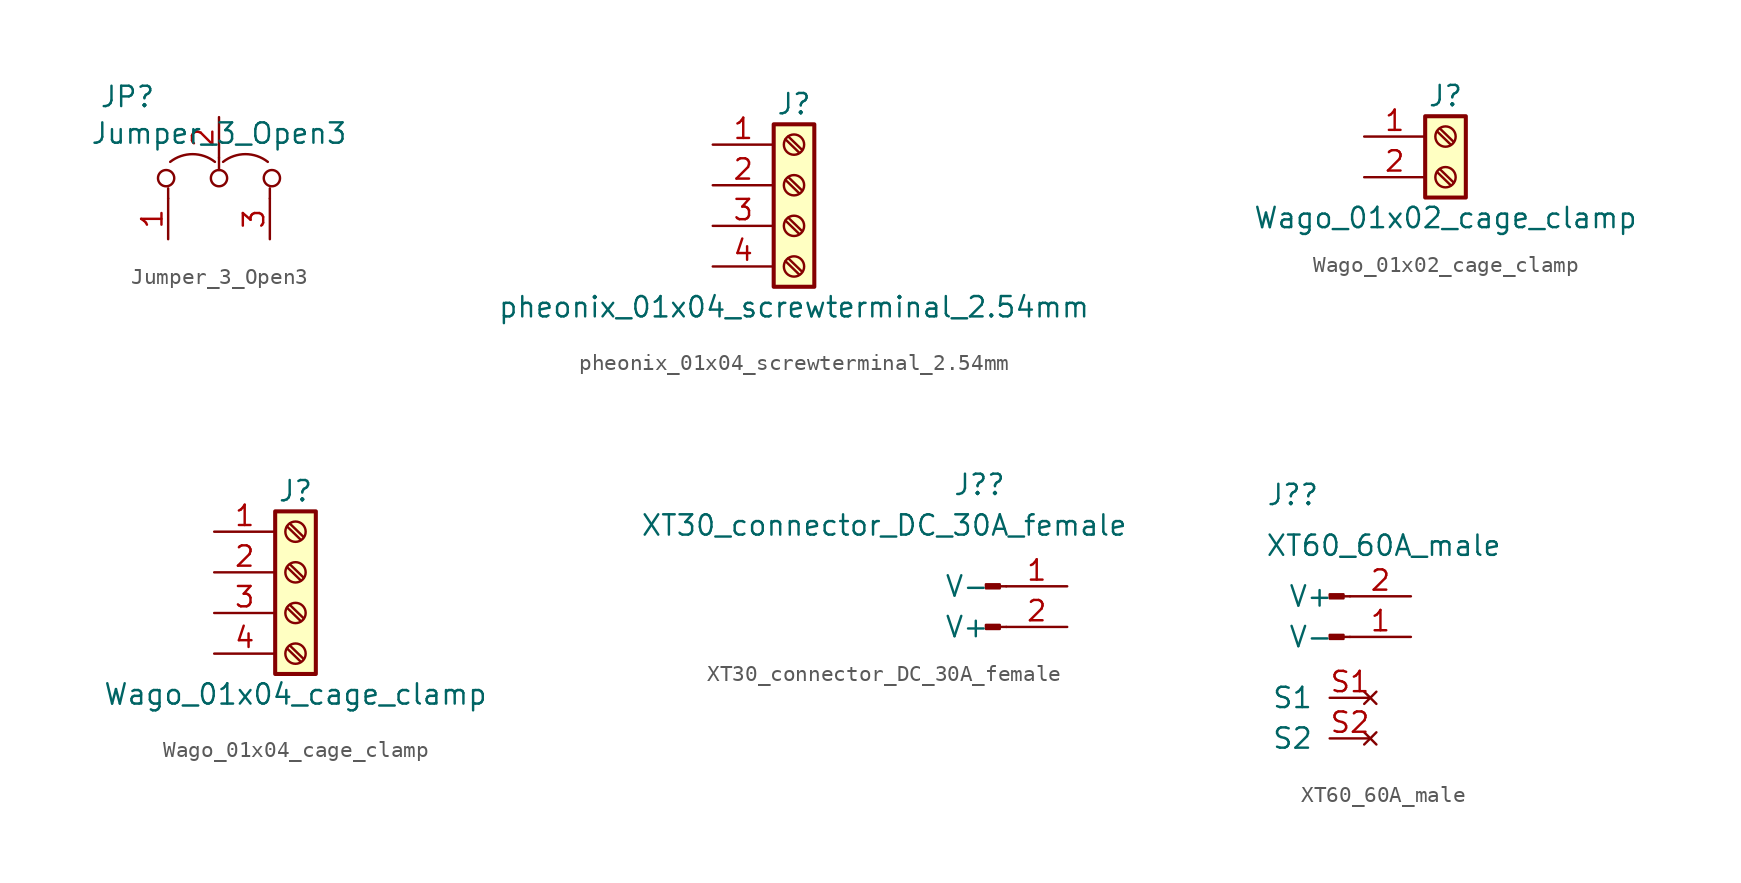
<source format=kicad_sym>
(kicad_symbol_lib
  (version 20211014)
  (generator kicad_symbol_editor)
  (symbol "Jumper_3_Open3"
    (pin_names
      (offset 0) hide)
    (property "Reference" "JP"
      (at -5.715 5.08 0)
      (effects (font (size 1.27 1.27))))
    (property "Value" "Jumper_3_Open3"
      (at 0 2.794 0)
      (effects (font (size 1.27 1.27))))
    (symbol "Jumper_3_Open3_0_0"
      (circle (center -3.302 0) (radius 0.508) (stroke (width 0) (type default) (color 0 0 0 0)) (fill (type none)))
      (circle (center 0 0) (radius 0.508) (stroke (width 0) (type default) (color 0 0 0 0)) (fill (type none)))
      (circle (center 3.302 0) (radius 0.508) (stroke (width 0) (type default) (color 0 0 0 0)) (fill (type none))))
    (symbol "Jumper_3_Open3_0_1"
      (arc (start -0.254 1.016) (mid -1.651 1.4992) (end -3.048 1.016) (stroke (width 0) (type default) (color 0 0 0 0)) (fill (type none)))
      (polyline (pts (xy -3.175 -1.27) (xy -3.175 -0.635)) (stroke (width 0) (type default) (color 0 0 0 0)) (fill (type none)))
      (polyline (pts (xy 0 1.27) (xy 0 0.508)) (stroke (width 0) (type default) (color 0 0 0 0)) (fill (type none)))
      (polyline (pts (xy 3.175 -1.27) (xy 3.175 -0.635)) (stroke (width 0) (type default) (color 0 0 0 0)) (fill (type none)))
      (arc (start 3.048 1.016) (mid 1.651 1.4992) (end 0.254 1.016) (stroke (width 0) (type default) (color 0 0 0 0)) (fill (type none))))
    (symbol "Jumper_3_Open3_1_1"
      (pin passive line (at -3.175 -3.81 90) (length 2.54) (name "A" (effects (font (size 1.27 1.27)))) (number "1" (effects (font (size 1.27 1.27)))))
      (pin input line (at 0 3.81 270) (length 2.54) (name "C" (effects (font (size 1.27 1.27)))) (number "2" (effects (font (size 1.27 1.27)))))
      (pin passive line (at 3.175 -3.81 90) (length 2.54) (name "B" (effects (font (size 1.27 1.27)))) (number "3" (effects (font (size 1.27 1.27)))))))
  (symbol "pheonix_01x04_screwterminal_2.54mm"
    (pin_names
      (offset 1.016) hide)
    (property "Reference" "J"
      (at 0 5.08 0)
      (effects (font (size 1.27 1.27))))
    (property "Value" "pheonix_01x04_screwterminal_2.54mm"
      (at 0 -7.62 0)
      (effects (font (size 1.27 1.27))))
    (symbol "pheonix_01x04_screwterminal_2.54mm_1_1"
      (rectangle (start -1.27 3.81) (end 1.27 -6.35) (stroke (width 0.254) (type default) (color 0 0 0 0)) (fill (type background)))
      (circle (center 0 -5.08) (radius 0.635) (stroke (width 0.152) (type default) (color 0 0 0 0)) (fill (type none)))
      (circle (center 0 -2.54) (radius 0.635) (stroke (width 0.152) (type default) (color 0 0 0 0)) (fill (type none)))
      (polyline (pts (xy -0.533 -4.75) (xy 0.33 -5.588)) (stroke (width 0.152) (type default) (color 0 0 0 0)) (fill (type none)))
      (polyline (pts (xy -0.533 -2.21) (xy 0.33 -3.048)) (stroke (width 0.152) (type default) (color 0 0 0 0)) (fill (type none)))
      (polyline (pts (xy -0.533 0.33) (xy 0.33 -0.508)) (stroke (width 0.152) (type default) (color 0 0 0 0)) (fill (type none)))
      (polyline (pts (xy -0.533 2.87) (xy 0.33 2.032)) (stroke (width 0.152) (type default) (color 0 0 0 0)) (fill (type none)))
      (polyline (pts (xy -0.356 -4.572) (xy 0.508 -5.41)) (stroke (width 0.152) (type default) (color 0 0 0 0)) (fill (type none)))
      (polyline (pts (xy -0.356 -2.032) (xy 0.508 -2.87)) (stroke (width 0.152) (type default) (color 0 0 0 0)) (fill (type none)))
      (polyline (pts (xy -0.356 0.508) (xy 0.508 -0.33)) (stroke (width 0.152) (type default) (color 0 0 0 0)) (fill (type none)))
      (polyline (pts (xy -0.356 3.048) (xy 0.508 2.21)) (stroke (width 0.152) (type default) (color 0 0 0 0)) (fill (type none)))
      (circle (center 0 0) (radius 0.635) (stroke (width 0.152) (type default) (color 0 0 0 0)) (fill (type none)))
      (circle (center 0 2.54) (radius 0.635) (stroke (width 0.152) (type default) (color 0 0 0 0)) (fill (type none)))
      (pin passive line (at -5.08 2.54 0) (length 3.81) (name "Pin_1" (effects (font (size 1.27 1.27)))) (number "1" (effects (font (size 1.27 1.27)))))
      (pin passive line (at -5.08 0 0) (length 3.81) (name "Pin_2" (effects (font (size 1.27 1.27)))) (number "2" (effects (font (size 1.27 1.27)))))
      (pin passive line (at -5.08 -2.54 0) (length 3.81) (name "Pin_3" (effects (font (size 1.27 1.27)))) (number "3" (effects (font (size 1.27 1.27)))))
      (pin passive line (at -5.08 -5.08 0) (length 3.81) (name "Pin_4" (effects (font (size 1.27 1.27)))) (number "4" (effects (font (size 1.27 1.27)))))))
  (symbol "Wago_01x02_cage_clamp"
    (pin_names
      (offset 1.016) hide)
    (property "Reference" "J"
      (at 0 2.54 0)
      (effects (font (size 1.27 1.27))))
    (property "Value" "Wago_01x02_cage_clamp"
      (at 0 -5.08 0)
      (effects (font (size 1.27 1.27))))
    (symbol "Wago_01x02_cage_clamp_1_1"
      (rectangle (start -1.27 1.27) (end 1.27 -3.81) (stroke (width 0.254) (type default) (color 0 0 0 0)) (fill (type background)))
      (circle (center 0 -2.54) (radius 0.635) (stroke (width 0.152) (type default) (color 0 0 0 0)) (fill (type none)))
      (polyline (pts (xy -0.533 -2.21) (xy 0.33 -3.048)) (stroke (width 0.152) (type default) (color 0 0 0 0)) (fill (type none)))
      (polyline (pts (xy -0.533 0.33) (xy 0.33 -0.508)) (stroke (width 0.152) (type default) (color 0 0 0 0)) (fill (type none)))
      (polyline (pts (xy -0.356 -2.032) (xy 0.508 -2.87)) (stroke (width 0.152) (type default) (color 0 0 0 0)) (fill (type none)))
      (polyline (pts (xy -0.356 0.508) (xy 0.508 -0.33)) (stroke (width 0.152) (type default) (color 0 0 0 0)) (fill (type none)))
      (circle (center 0 0) (radius 0.635) (stroke (width 0.152) (type default) (color 0 0 0 0)) (fill (type none)))
      (pin passive line (at -5.08 0 0) (length 3.81) (name "Pin_1" (effects (font (size 1.27 1.27)))) (number "1" (effects (font (size 1.27 1.27)))))
      (pin passive line (at -5.08 -2.54 0) (length 3.81) (name "Pin_2" (effects (font (size 1.27 1.27)))) (number "2" (effects (font (size 1.27 1.27)))))))
  (symbol "Wago_01x04_cage_clamp"
    (pin_names
      (offset 1.016) hide)
    (property "Reference" "J"
      (at 0 5.08 0)
      (effects (font (size 1.27 1.27))))
    (property "Value" "Wago_01x04_cage_clamp"
      (at 0 -7.62 0)
      (effects (font (size 1.27 1.27))))
    (symbol "Wago_01x04_cage_clamp_1_1"
      (rectangle (start -1.27 3.81) (end 1.27 -6.35) (stroke (width 0.254) (type default) (color 0 0 0 0)) (fill (type background)))
      (circle (center 0 -5.08) (radius 0.635) (stroke (width 0.152) (type default) (color 0 0 0 0)) (fill (type none)))
      (circle (center 0 -2.54) (radius 0.635) (stroke (width 0.152) (type default) (color 0 0 0 0)) (fill (type none)))
      (polyline (pts (xy -0.533 -4.75) (xy 0.33 -5.588)) (stroke (width 0.152) (type default) (color 0 0 0 0)) (fill (type none)))
      (polyline (pts (xy -0.533 -2.21) (xy 0.33 -3.048)) (stroke (width 0.152) (type default) (color 0 0 0 0)) (fill (type none)))
      (polyline (pts (xy -0.533 0.33) (xy 0.33 -0.508)) (stroke (width 0.152) (type default) (color 0 0 0 0)) (fill (type none)))
      (polyline (pts (xy -0.533 2.87) (xy 0.33 2.032)) (stroke (width 0.152) (type default) (color 0 0 0 0)) (fill (type none)))
      (polyline (pts (xy -0.356 -4.572) (xy 0.508 -5.41)) (stroke (width 0.152) (type default) (color 0 0 0 0)) (fill (type none)))
      (polyline (pts (xy -0.356 -2.032) (xy 0.508 -2.87)) (stroke (width 0.152) (type default) (color 0 0 0 0)) (fill (type none)))
      (polyline (pts (xy -0.356 0.508) (xy 0.508 -0.33)) (stroke (width 0.152) (type default) (color 0 0 0 0)) (fill (type none)))
      (polyline (pts (xy -0.356 3.048) (xy 0.508 2.21)) (stroke (width 0.152) (type default) (color 0 0 0 0)) (fill (type none)))
      (circle (center 0 0) (radius 0.635) (stroke (width 0.152) (type default) (color 0 0 0 0)) (fill (type none)))
      (circle (center 0 2.54) (radius 0.635) (stroke (width 0.152) (type default) (color 0 0 0 0)) (fill (type none)))
      (pin passive line (at -5.08 2.54 0) (length 3.81) (name "Pin_1" (effects (font (size 1.27 1.27)))) (number "1" (effects (font (size 1.27 1.27)))))
      (pin passive line (at -5.08 0 0) (length 3.81) (name "Pin_2" (effects (font (size 1.27 1.27)))) (number "2" (effects (font (size 1.27 1.27)))))
      (pin passive line (at -5.08 -2.54 0) (length 3.81) (name "Pin_3" (effects (font (size 1.27 1.27)))) (number "3" (effects (font (size 1.27 1.27)))))
      (pin passive line (at -5.08 -5.08 0) (length 3.81) (name "Pin_4" (effects (font (size 1.27 1.27)))) (number "4" (effects (font (size 1.27 1.27)))))))
  (symbol "XT30_connector_DC_30A_female"
    (pin_names
      (offset 1.016))
    (property "Reference" "J?"
      (at 1.27 6.35 0)
      (effects (font (size 1.27 1.27)) (justify right)))
    (property "Value" "XT30_connector_DC_30A_female"
      (at 8.89 3.81 0)
      (effects (font (size 1.27 1.27)) (justify right)))
    (symbol "XT30_connector_DC_30A_female_1_1"
      (polyline (pts (xy 1.27 -2.54) (xy 0.864 -2.54)) (stroke (width 0.152) (type default) (color 0 0 0 0)) (fill (type none)))
      (polyline (pts (xy 1.27 0) (xy 0.864 0)) (stroke (width 0.152) (type default) (color 0 0 0 0)) (fill (type none)))
      (rectangle (start 0.864 -2.413) (end 0 -2.667) (stroke (width 0.152) (type default) (color 0 0 0 0)) (fill (type outline)))
      (rectangle (start 0.864 0.127) (end 0 -0.127) (stroke (width 0.152) (type default) (color 0 0 0 0)) (fill (type outline)))
      (pin passive line (at 5.08 0 180) (length 3.81) (name "V-" (effects (font (size 1.27 1.27)))) (number "1" (effects (font (size 1.27 1.27)))))
      (pin passive line (at 5.08 -2.54 180) (length 3.81) (name "V+" (effects (font (size 1.27 1.27)))) (number "2" (effects (font (size 1.27 1.27)))))))
  (symbol "XT60_60A_male"
    (pin_names
      (offset 1.016))
    (property "Reference" "J?"
      (at -0.635 6.985 0)
      (effects (font (size 1.27 1.27)) (justify right)))
    (property "Value" "XT60_60A_male"
      (at 10.795 3.81 0)
      (effects (font (size 1.27 1.27)) (justify right)))
    (symbol "XT60_60A_male_1_1"
      (rectangle (start 0 -1.778) (end 0.864 -2.032) (stroke (width 0.152) (type default) (color 0 0 0 0)) (fill (type outline)))
      (polyline (pts (xy 1.27 -1.905) (xy 0.864 -1.905)) (stroke (width 0.152) (type default) (color 0 0 0 0)) (fill (type none)))
      (polyline (pts (xy 1.27 0.635) (xy 0.864 0.635)) (stroke (width 0.152) (type default) (color 0 0 0 0)) (fill (type none)))
      (rectangle (start 0 0.762) (end 0.864 0.508) (stroke (width 0.152) (type default) (color 0 0 0 0)) (fill (type outline)))
      (pin passive line (at 5.08 -1.905 180) (length 3.81) (name "V-" (effects (font (size 1.27 1.27)))) (number "1" (effects (font (size 1.27 1.27)))))
      (pin passive line (at 5.08 0.635 180) (length 3.81) (name "V+" (effects (font (size 1.27 1.27)))) (number "2" (effects (font (size 1.27 1.27)))))
      (pin no_connect line (at 2.54 -5.715 180) (length 2.54) (name "S1" (effects (font (size 1.27 1.27)))) (number "S1" (effects (font (size 1.27 1.27)))))
      (pin no_connect line (at 2.54 -8.255 180) (length 2.54) (name "S2" (effects (font (size 1.27 1.27)))) (number "S2" (effects (font (size 1.27 1.27))))))))
</source>
